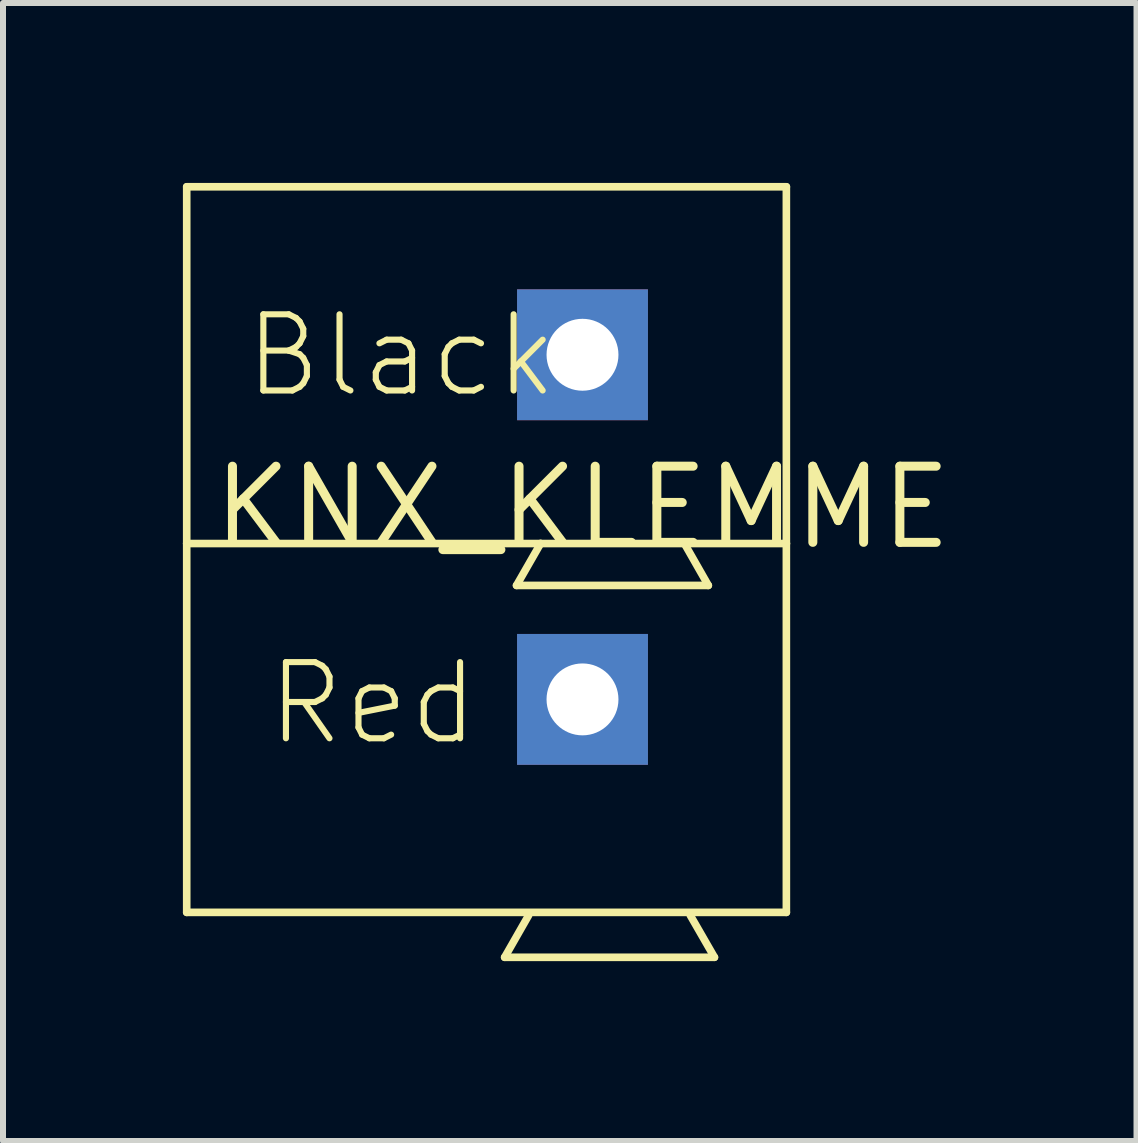
<source format=kicad_pcb>
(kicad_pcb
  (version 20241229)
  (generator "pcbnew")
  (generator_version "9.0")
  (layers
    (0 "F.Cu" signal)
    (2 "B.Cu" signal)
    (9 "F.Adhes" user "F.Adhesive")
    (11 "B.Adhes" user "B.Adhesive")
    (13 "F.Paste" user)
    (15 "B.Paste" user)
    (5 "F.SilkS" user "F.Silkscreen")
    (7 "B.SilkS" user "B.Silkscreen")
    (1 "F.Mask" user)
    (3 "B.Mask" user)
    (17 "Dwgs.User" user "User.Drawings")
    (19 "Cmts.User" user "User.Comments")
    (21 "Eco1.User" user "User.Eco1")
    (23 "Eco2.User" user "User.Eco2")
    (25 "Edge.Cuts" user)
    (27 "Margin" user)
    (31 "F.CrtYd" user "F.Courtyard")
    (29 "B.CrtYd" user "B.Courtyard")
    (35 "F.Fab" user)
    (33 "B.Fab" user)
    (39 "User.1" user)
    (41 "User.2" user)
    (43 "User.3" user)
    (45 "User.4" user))
  (footprint "KNX_KLEMME"
    (layer "F.Cu")
    (at 6.662 5.413)
    (property "Reference" "KNX_KLEMME" (at 0 0 0) (layer "F.SilkS") (effects (font (size 1.27 1.27) (thickness 0.15))))
    (attr exclude_from_pos_files exclude_from_bom)
    (fp_line (start -6.599 -5.349) (end 3.399 -5.349) (stroke (width 0.127) (type solid)) (layer "F.SilkS"))
    (fp_line (start -6.599 0.599) (end -6.599 -5.349) (stroke (width 0.127) (type solid)) (layer "F.SilkS"))
    (fp_line (start -6.599 6.749) (end -6.599 0.599) (stroke (width 0.127) (type solid)) (layer "F.SilkS"))
    (fp_line (start -1.298 7.498) (end -0.899 6.8) (stroke (width 0.127) (type solid)) (layer "F.SilkS"))
    (fp_line (start -1.1 1.298) (end -0.699 0.599) (stroke (width 0.127) (type solid)) (layer "F.SilkS"))
    (fp_line (start -0.699 0.599) (end -6.599 0.599) (stroke (width 0.127) (type solid)) (layer "F.SilkS"))
    (fp_line (start 1.699 0.599) (end -0.699 0.599) (stroke (width 0.127) (type solid)) (layer "F.SilkS"))
    (fp_line (start 1.699 0.599) (end 2.098 1.298) (stroke (width 0.127) (type solid)) (layer "F.SilkS"))
    (fp_line (start 1.798 6.8) (end 2.2 7.498) (stroke (width 0.127) (type solid)) (layer "F.SilkS"))
    (fp_line (start 2.098 1.298) (end -1.1 1.298) (stroke (width 0.127) (type solid)) (layer "F.SilkS"))
    (fp_line (start 2.2 7.498) (end -1.298 7.498) (stroke (width 0.127) (type solid)) (layer "F.SilkS"))
    (fp_line (start 3.399 -5.349) (end 3.399 0.599) (stroke (width 0.127) (type solid)) (layer "F.SilkS"))
    (fp_line (start 3.399 0.599) (end 1.699 0.599) (stroke (width 0.127) (type solid)) (layer "F.SilkS"))
    (fp_line (start 3.399 0.599) (end 3.399 6.749) (stroke (width 0.127) (type solid)) (layer "F.SilkS"))
    (fp_line (start 3.399 6.749) (end -6.599 6.749) (stroke (width 0.127) (type solid)) (layer "F.SilkS"))
    (fp_text user "Black" (at -3.023 -2.535 0) (layer "F.SilkS") (effects (font (size 1.27 1.27) (thickness 0.102))))
    (fp_text user "Red" (at -3.493 3.264 0) (layer "F.SilkS") (effects (font (size 1.27 1.27) (thickness 0.102))))
    (pad "P+" thru_hole rect (at 0 3.198) (size 2.182 2.182) (drill 1.199) (layers "*.Cu" "*.Mask"))
    (pad "P-" thru_hole rect (at 0 -2.548) (size 2.182 2.182) (drill 1.199) (layers "*.Cu" "*.Mask")))
  (gr_rect
    (start -3 -3)
    (end 15.899 15.974)
    (stroke (width 0.1) (type default))
    (fill no)
    (layer "Edge.Cuts")))
</source>
